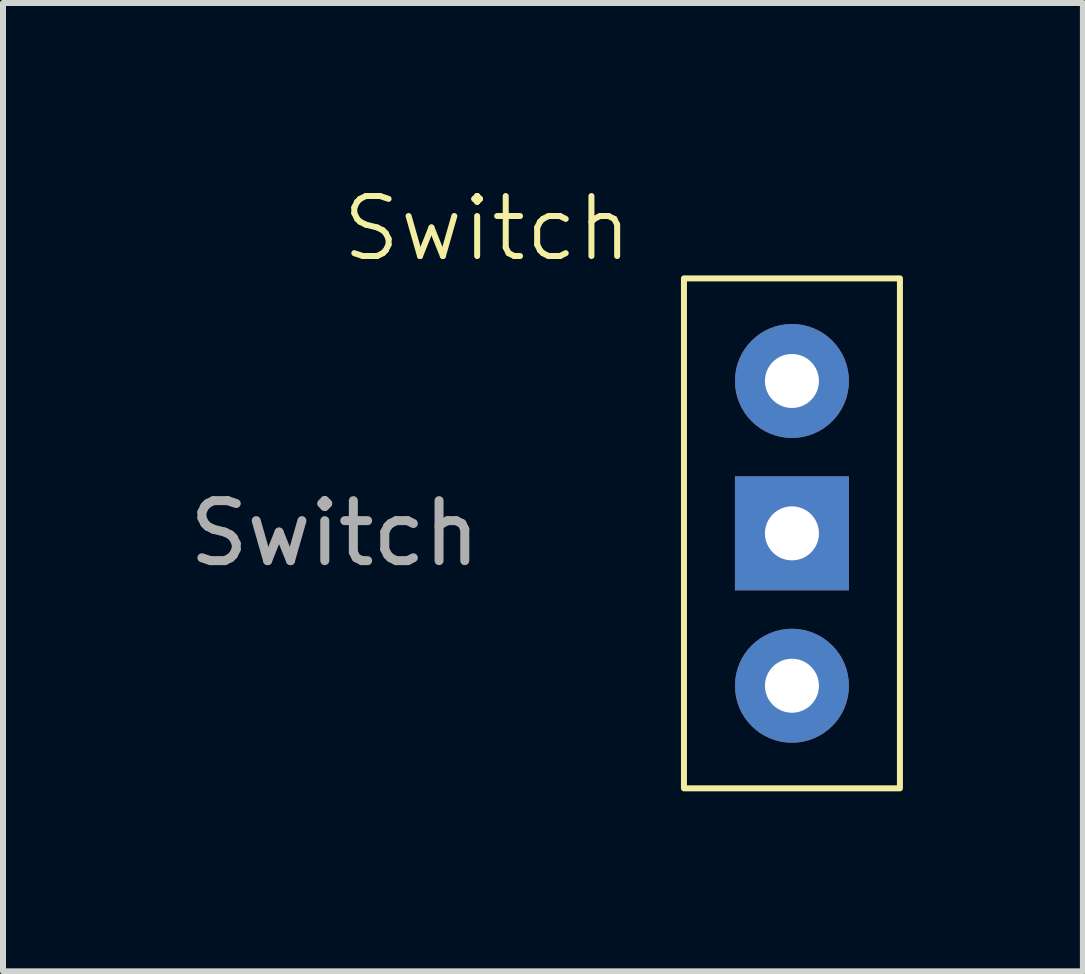
<source format=kicad_pcb>
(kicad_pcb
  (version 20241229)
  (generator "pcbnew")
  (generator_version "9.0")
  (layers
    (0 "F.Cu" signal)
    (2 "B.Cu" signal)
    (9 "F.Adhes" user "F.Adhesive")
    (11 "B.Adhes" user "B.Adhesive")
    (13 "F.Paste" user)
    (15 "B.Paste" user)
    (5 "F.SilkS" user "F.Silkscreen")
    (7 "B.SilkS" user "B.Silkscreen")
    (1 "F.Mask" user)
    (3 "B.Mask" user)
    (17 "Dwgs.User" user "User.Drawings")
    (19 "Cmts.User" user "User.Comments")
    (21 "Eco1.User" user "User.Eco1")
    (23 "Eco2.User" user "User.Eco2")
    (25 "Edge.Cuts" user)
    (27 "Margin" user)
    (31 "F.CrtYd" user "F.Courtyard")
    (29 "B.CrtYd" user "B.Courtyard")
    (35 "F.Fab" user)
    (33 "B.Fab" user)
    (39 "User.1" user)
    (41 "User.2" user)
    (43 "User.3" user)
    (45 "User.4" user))
  (footprint "Switch"
    (layer "F.Cu")
    (at 10.15 8.38)
    (property "Reference" "Switch" (at -5.08 -7.62 0) (unlocked yes) (layer "F.SilkS") (effects (font (size 1 1) (thickness 0.1))))
    (attr through_hole)
    (fp_rect (start -1.8 -6.79) (end 1.8 1.71) (stroke (width 0.1) (type solid)) (fill no) (layer "F.SilkS"))
    (fp_text user "${REFERENCE}" (at -7.62 -2.54 0) (unlocked yes) (layer "F.Fab") (effects (font (size 1 1) (thickness 0.15))))
    (pad "1" thru_hole circle (at 0 -5.08) (size 1.9 1.9) (drill 0.9) (layers "*.Cu" "*.Mask"))
    (pad "2" thru_hole circle (at 0 0) (size 1.9 1.9) (drill 0.9) (layers "*.Cu" "*.Mask"))
    (pad "3" thru_hole rect (at 0 -2.54) (size 1.9 1.9) (drill 0.9) (layers "*.Cu" "*.Mask")))
  (gr_rect
    (start -3 -3)
    (end 15 13.14)
    (stroke (width 0.1) (type default))
    (fill no)
    (layer "Edge.Cuts")))
</source>
